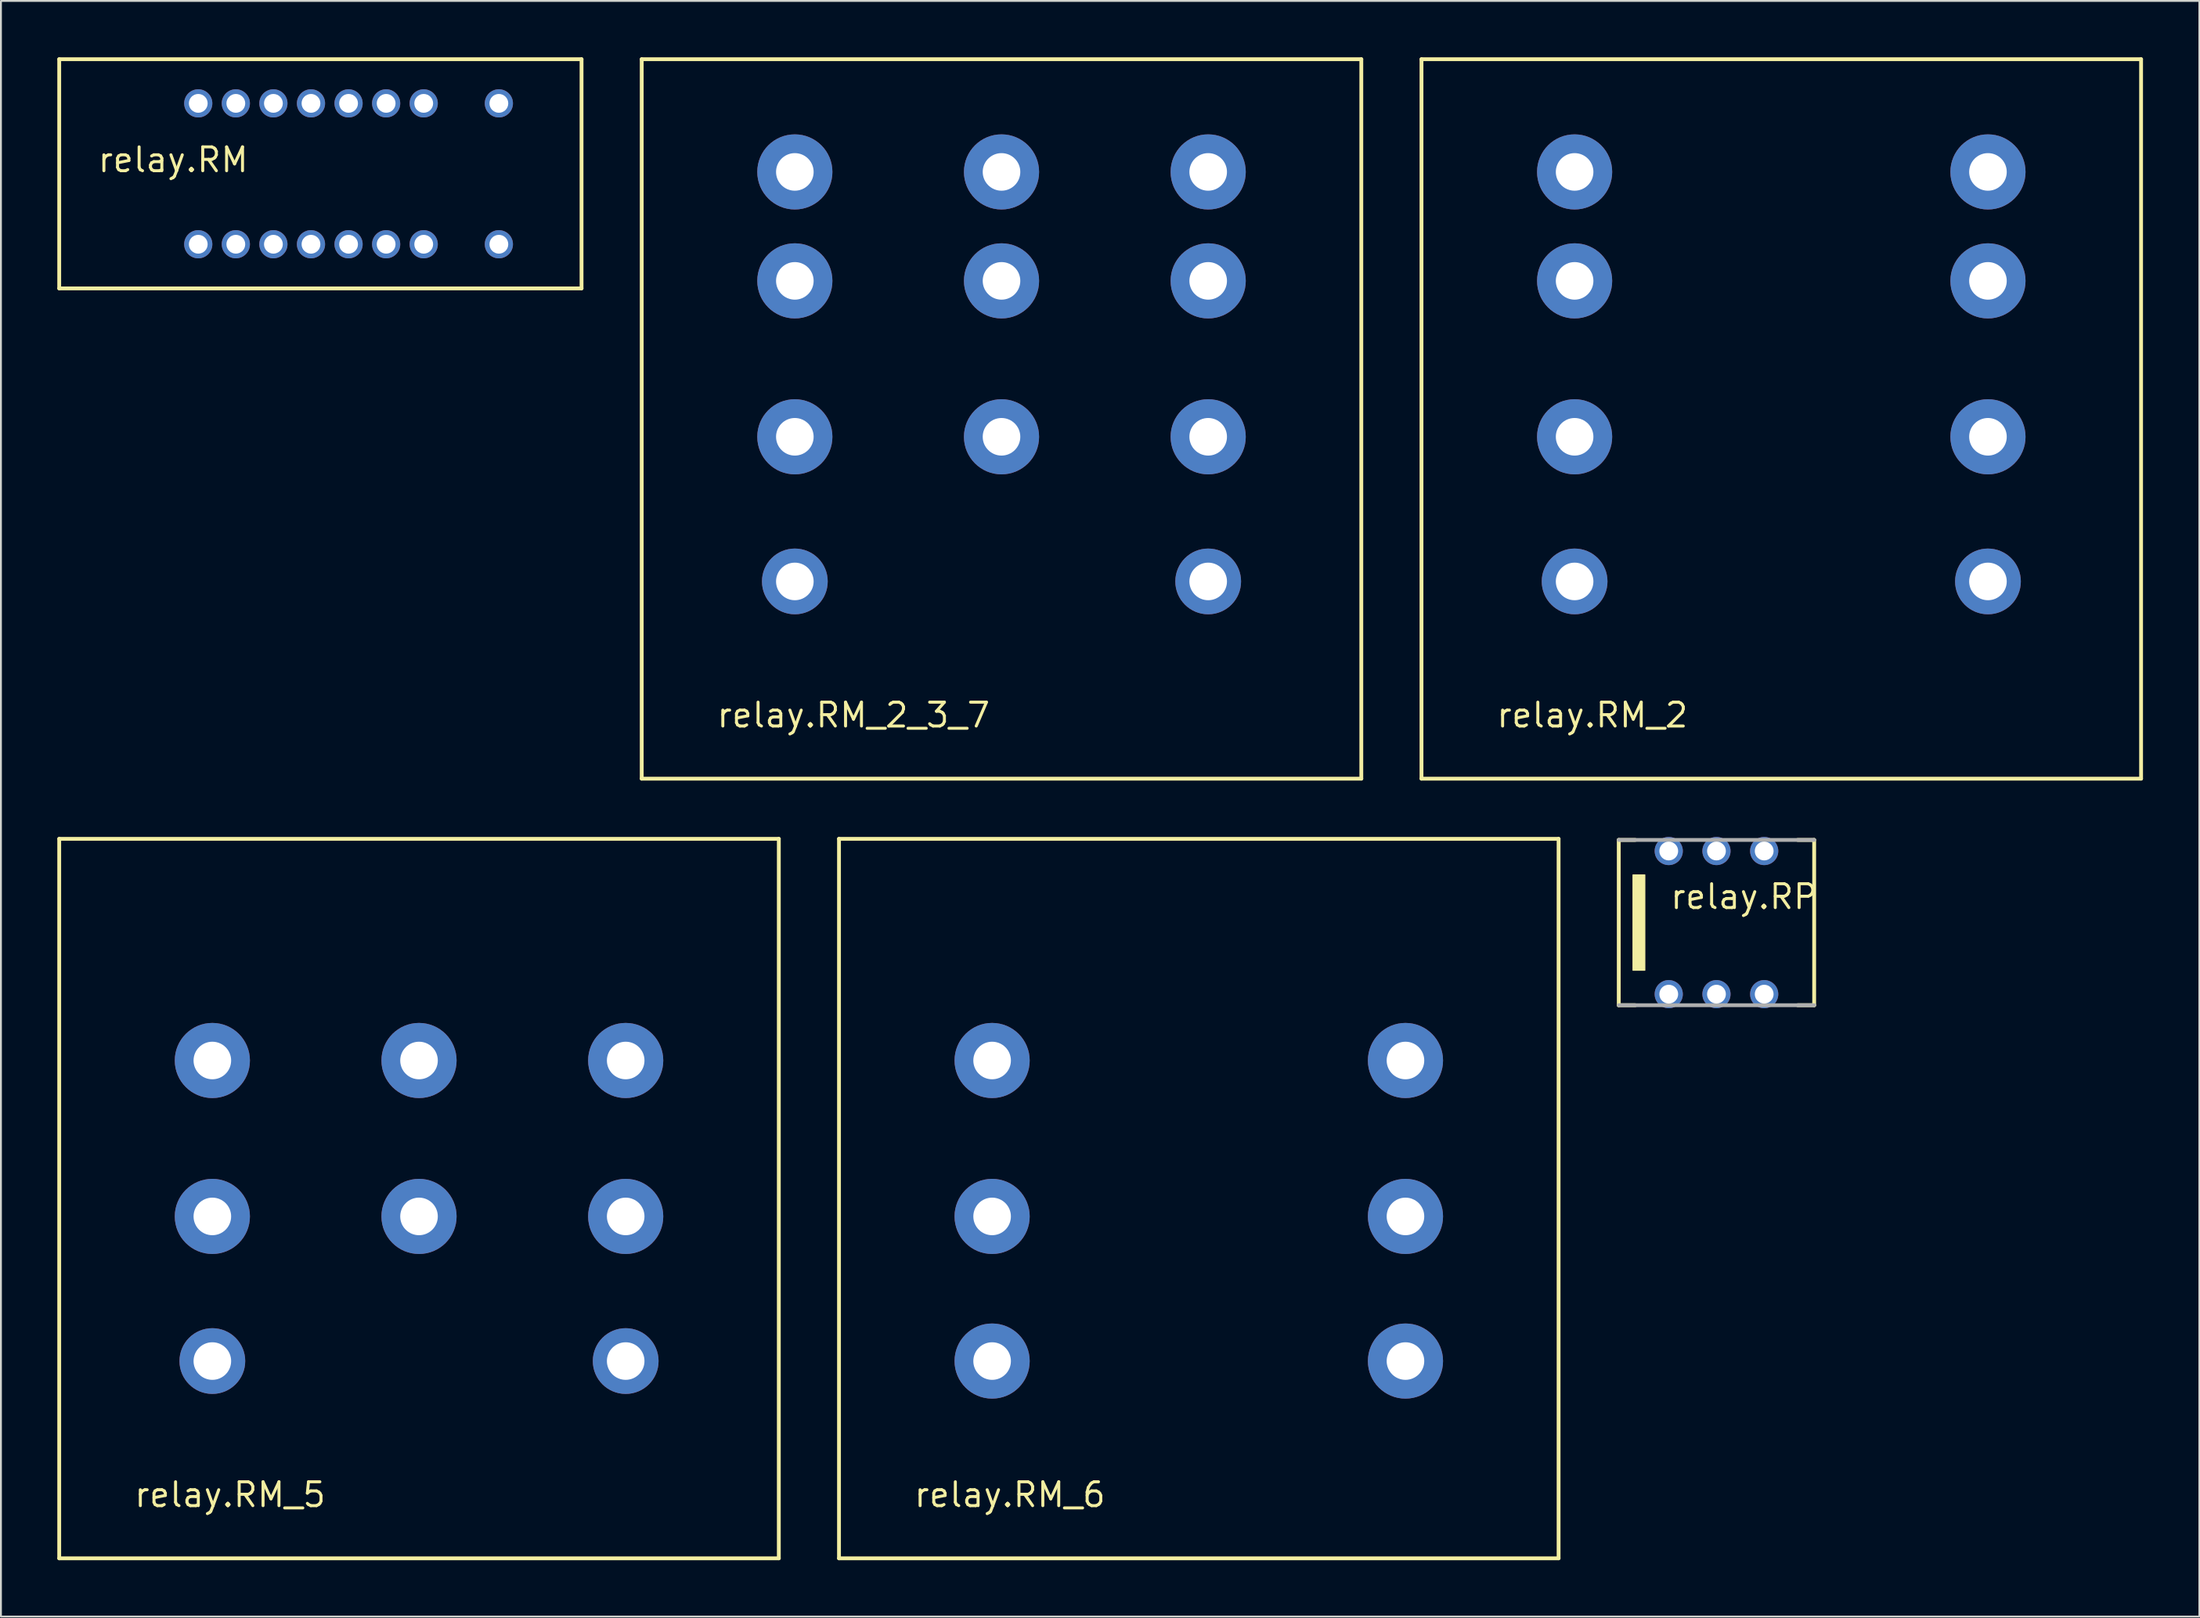
<source format=kicad_pcb>
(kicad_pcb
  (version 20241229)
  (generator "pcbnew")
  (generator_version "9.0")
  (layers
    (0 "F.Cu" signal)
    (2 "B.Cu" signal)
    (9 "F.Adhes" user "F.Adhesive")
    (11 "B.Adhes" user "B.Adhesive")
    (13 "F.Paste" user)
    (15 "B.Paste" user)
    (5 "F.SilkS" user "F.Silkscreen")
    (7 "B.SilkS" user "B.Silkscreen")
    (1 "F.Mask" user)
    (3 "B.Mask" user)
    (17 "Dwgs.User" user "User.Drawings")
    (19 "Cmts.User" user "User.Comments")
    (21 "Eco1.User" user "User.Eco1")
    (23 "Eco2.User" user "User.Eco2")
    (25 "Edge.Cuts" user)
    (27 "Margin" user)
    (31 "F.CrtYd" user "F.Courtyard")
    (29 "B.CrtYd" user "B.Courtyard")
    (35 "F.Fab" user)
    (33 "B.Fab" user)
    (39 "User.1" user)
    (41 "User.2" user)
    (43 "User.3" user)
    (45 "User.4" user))
  (footprint "relay.RM_2"
    (layer "F.Cu")
    (at 91.758 19.252)
    (property "Reference" "relay.RM_2" (at -15.24 16.51 0) (layer "F.SilkS") (effects (font (size 1.27 1.27) (thickness 0.16)) (justify left bottom)))
    (attr through_hole)
    (fp_line (start -19.15 -19.15) (end 19.15 -19.15) (stroke (width 0.203) (type default)) (layer "F.SilkS"))
    (fp_line (start -19.15 19.15) (end -19.15 -19.15) (stroke (width 0.203) (type default)) (layer "F.SilkS"))
    (fp_line (start 19.15 -19.15) (end 19.15 19.15) (stroke (width 0.203) (type default)) (layer "F.SilkS"))
    (fp_line (start 19.15 19.15) (end -19.15 19.15) (stroke (width 0.203) (type default)) (layer "F.SilkS"))
    (pad "11" thru_hole circle (at 11 0.95) (size 4 4) (drill 2) (layers "*.Cu" "*.Mask"))
    (pad "12" thru_hole circle (at 11 -13.15) (size 4 4) (drill 2) (layers "*.Cu" "*.Mask"))
    (pad "14" thru_hole circle (at 11 -7.35) (size 4 4) (drill 2) (layers "*.Cu" "*.Mask"))
    (pad "31" thru_hole circle (at -11 0.95) (size 4 4) (drill 2) (layers "*.Cu" "*.Mask"))
    (pad "32" thru_hole circle (at -11 -13.15) (size 4 4) (drill 2) (layers "*.Cu" "*.Mask"))
    (pad "34" thru_hole circle (at -11 -7.35) (size 4 4) (drill 2) (layers "*.Cu" "*.Mask"))
    (pad "A1" thru_hole circle (at 11 8.65) (size 3.5 3.5) (drill 2) (layers "*.Cu" "*.Mask"))
    (pad "A2" thru_hole circle (at -11 8.65) (size 3.5 3.5) (drill 2) (layers "*.Cu" "*.Mask")))
  (footprint "relay.RM_2_3_7"
    (layer "F.Cu")
    (at 50.255 19.252)
    (property "Reference" "relay.RM_2_3_7" (at -15.24 16.51 0) (layer "F.SilkS") (effects (font (size 1.27 1.27) (thickness 0.16)) (justify left bottom)))
    (attr through_hole)
    (fp_line (start -19.15 -19.15) (end 19.15 -19.15) (stroke (width 0.203) (type default)) (layer "F.SilkS"))
    (fp_line (start -19.15 19.15) (end -19.15 -19.15) (stroke (width 0.203) (type default)) (layer "F.SilkS"))
    (fp_line (start 19.15 -19.15) (end 19.15 19.15) (stroke (width 0.203) (type default)) (layer "F.SilkS"))
    (fp_line (start 19.15 19.15) (end -19.15 19.15) (stroke (width 0.203) (type default)) (layer "F.SilkS"))
    (pad "11" thru_hole circle (at 11 0.95) (size 4 4) (drill 2) (layers "*.Cu" "*.Mask"))
    (pad "12" thru_hole circle (at 11 -13.15) (size 4 4) (drill 2) (layers "*.Cu" "*.Mask"))
    (pad "14" thru_hole circle (at 11 -7.35) (size 4 4) (drill 2) (layers "*.Cu" "*.Mask"))
    (pad "21" thru_hole circle (at 0 0.95) (size 4 4) (drill 2) (layers "*.Cu" "*.Mask"))
    (pad "22" thru_hole circle (at 0 -13.15) (size 4 4) (drill 2) (layers "*.Cu" "*.Mask"))
    (pad "24" thru_hole circle (at 0 -7.35) (size 4 4) (drill 2) (layers "*.Cu" "*.Mask"))
    (pad "31" thru_hole circle (at -11 0.95) (size 4 4) (drill 2) (layers "*.Cu" "*.Mask"))
    (pad "32" thru_hole circle (at -11 -13.15) (size 4 4) (drill 2) (layers "*.Cu" "*.Mask"))
    (pad "34" thru_hole circle (at -11 -7.35) (size 4 4) (drill 2) (layers "*.Cu" "*.Mask"))
    (pad "A1" thru_hole circle (at 11 8.65) (size 3.5 3.5) (drill 2) (layers "*.Cu" "*.Mask"))
    (pad "A2" thru_hole circle (at -11 8.65) (size 3.5 3.5) (drill 2) (layers "*.Cu" "*.Mask")))
  (footprint "relay.RM_6"
    (layer "F.Cu")
    (at 60.755 60.755)
    (property "Reference" "relay.RM_6" (at -15.24 16.51 0) (layer "F.SilkS") (effects (font (size 1.27 1.27) (thickness 0.16)) (justify left bottom)))
    (attr through_hole)
    (fp_line (start -19.15 -19.15) (end 19.15 -19.15) (stroke (width 0.203) (type default)) (layer "F.SilkS"))
    (fp_line (start -19.15 19.15) (end -19.15 -19.15) (stroke (width 0.203) (type default)) (layer "F.SilkS"))
    (fp_line (start 19.15 -19.15) (end 19.15 19.15) (stroke (width 0.203) (type default)) (layer "F.SilkS"))
    (fp_line (start 19.15 19.15) (end -19.15 19.15) (stroke (width 0.203) (type default)) (layer "F.SilkS"))
    (pad "11" thru_hole circle (at 11 0.95) (size 4 4) (drill 2) (layers "*.Cu" "*.Mask"))
    (pad "14" thru_hole circle (at 11 -7.35) (size 4 4) (drill 2) (layers "*.Cu" "*.Mask"))
    (pad "31" thru_hole circle (at -11 0.95) (size 4 4) (drill 2) (layers "*.Cu" "*.Mask"))
    (pad "34" thru_hole circle (at -11 -7.35) (size 4 4) (drill 2) (layers "*.Cu" "*.Mask"))
    (pad "A1" thru_hole circle (at 11 8.65) (size 4 4) (drill 2) (layers "*.Cu" "*.Mask"))
    (pad "A2" thru_hole circle (at -11 8.65) (size 4 4) (drill 2) (layers "*.Cu" "*.Mask")))
  (footprint "relay.RP"
    (layer "F.Cu")
    (at 88.308 46.063)
    (property "Reference" "relay.RP" (at -2.54 -0.635 0) (layer "F.SilkS") (effects (font (size 1.27 1.27) (thickness 0.16)) (justify left bottom)))
    (attr through_hole)
    (fp_line (start -5.2 -4.4) (end -4.325 -4.4) (stroke (width 0.203) (type default)) (layer "F.SilkS"))
    (fp_line (start -5.2 4.4) (end -5.2 -4.4) (stroke (width 0.203) (type default)) (layer "F.SilkS"))
    (fp_line (start -4.325 4.4) (end -5.2 4.4) (stroke (width 0.203) (type default)) (layer "F.SilkS"))
    (fp_line (start 4.325 -4.4) (end 5.2 -4.4) (stroke (width 0.203) (type default)) (layer "F.SilkS"))
    (fp_line (start 5.2 -4.4) (end 5.2 4.4) (stroke (width 0.203) (type default)) (layer "F.SilkS"))
    (fp_line (start 5.2 4.4) (end 4.325 4.4) (stroke (width 0.203) (type default)) (layer "F.SilkS"))
    (fp_rect (start -4.445 2.54) (end -3.81 -2.54) (stroke (width 0.05) (type default)) (fill yes) (layer "F.SilkS"))
    (fp_line (start -5.2 -4.4) (end 5.2 -4.4) (stroke (width 0.203) (type default)) (layer "F.Fab"))
    (fp_line (start 5.2 4.4) (end -5.2 4.4) (stroke (width 0.203) (type default)) (layer "F.Fab"))
    (pad "1" thru_hole circle (at -2.54 3.81) (size 1.5 1.5) (drill 1) (layers "*.Cu" "*.Mask"))
    (pad "2" thru_hole circle (at 0 3.81) (size 1.5 1.5) (drill 1) (layers "*.Cu" "*.Mask"))
    (pad "3" thru_hole circle (at 2.54 3.81) (size 1.5 1.5) (drill 1) (layers "*.Cu" "*.Mask"))
    (pad "4" thru_hole circle (at 2.54 -3.81) (size 1.5 1.5) (drill 1) (layers "*.Cu" "*.Mask"))
    (pad "5" thru_hole circle (at 0 -3.81) (size 1.5 1.5) (drill 1) (layers "*.Cu" "*.Mask"))
    (pad "6" thru_hole circle (at -2.54 -3.81) (size 1.5 1.5) (drill 1) (layers "*.Cu" "*.Mask")))
  (footprint "relay.RM_5"
    (layer "F.Cu")
    (at 19.252 60.755)
    (property "Reference" "relay.RM_5" (at -15.24 16.51 0) (layer "F.SilkS") (effects (font (size 1.27 1.27) (thickness 0.16)) (justify left bottom)))
    (attr through_hole)
    (fp_line (start -19.15 -19.15) (end 19.15 -19.15) (stroke (width 0.203) (type default)) (layer "F.SilkS"))
    (fp_line (start -19.15 19.15) (end -19.15 -19.15) (stroke (width 0.203) (type default)) (layer "F.SilkS"))
    (fp_line (start 19.15 -19.15) (end 19.15 19.15) (stroke (width 0.203) (type default)) (layer "F.SilkS"))
    (fp_line (start 19.15 19.15) (end -19.15 19.15) (stroke (width 0.203) (type default)) (layer "F.SilkS"))
    (pad "11" thru_hole circle (at 11 0.95) (size 4 4) (drill 2) (layers "*.Cu" "*.Mask"))
    (pad "14" thru_hole circle (at 11 -7.35) (size 4 4) (drill 2) (layers "*.Cu" "*.Mask"))
    (pad "21" thru_hole circle (at 0 0.95) (size 4 4) (drill 2) (layers "*.Cu" "*.Mask"))
    (pad "24" thru_hole circle (at 0 -7.35) (size 4 4) (drill 2) (layers "*.Cu" "*.Mask"))
    (pad "31" thru_hole circle (at -11 0.95) (size 4 4) (drill 2) (layers "*.Cu" "*.Mask"))
    (pad "34" thru_hole circle (at -11 -7.35) (size 4 4) (drill 2) (layers "*.Cu" "*.Mask"))
    (pad "A1" thru_hole circle (at 11 8.65) (size 3.5 3.5) (drill 2) (layers "*.Cu" "*.Mask"))
    (pad "A2" thru_hole circle (at -11 8.65) (size 3.5 3.5) (drill 2) (layers "*.Cu" "*.Mask")))
  (footprint "relay.RM"
    (layer "F.Cu")
    (at 13.502 6.202)
    (property "Reference" "relay.RM" (at -11.43 0 0) (layer "F.SilkS") (effects (font (size 1.27 1.27) (thickness 0.16)) (justify left bottom)))
    (attr through_hole)
    (fp_line (start -13.4 -6.1) (end 14.4 -6.1) (stroke (width 0.203) (type default)) (layer "F.SilkS"))
    (fp_line (start -13.4 6.1) (end -13.4 -6.1) (stroke (width 0.203) (type default)) (layer "F.SilkS"))
    (fp_line (start 14.4 -6.1) (end 14.4 6.1) (stroke (width 0.203) (type default)) (layer "F.SilkS"))
    (fp_line (start 14.4 6.1) (end -13.4 6.1) (stroke (width 0.203) (type default)) (layer "F.SilkS"))
    (pad "2" thru_hole circle (at -6 3.75 180) (size 1.5 1.5) (drill 1) (layers "*.Cu" "*.Mask"))
    (pad "3" thru_hole circle (at -4 3.75 180) (size 1.5 1.5) (drill 1) (layers "*.Cu" "*.Mask"))
    (pad "4" thru_hole circle (at -2 3.75 180) (size 1.5 1.5) (drill 1) (layers "*.Cu" "*.Mask"))
    (pad "5" thru_hole circle (at 0 3.75 180) (size 1.5 1.5) (drill 1) (layers "*.Cu" "*.Mask"))
    (pad "6" thru_hole circle (at 2 3.75 180) (size 1.5 1.5) (drill 1) (layers "*.Cu" "*.Mask"))
    (pad "7" thru_hole circle (at 4 3.75 180) (size 1.5 1.5) (drill 1) (layers "*.Cu" "*.Mask"))
    (pad "8" thru_hole circle (at 6 3.75 180) (size 1.5 1.5) (drill 1) (layers "*.Cu" "*.Mask"))
    (pad "9" thru_hole circle (at 10 3.75 180) (size 1.5 1.5) (drill 1) (layers "*.Cu" "*.Mask"))
    (pad "10" thru_hole circle (at 10 -3.75 180) (size 1.5 1.5) (drill 1) (layers "*.Cu" "*.Mask"))
    (pad "11" thru_hole circle (at 6 -3.75 180) (size 1.5 1.5) (drill 1) (layers "*.Cu" "*.Mask"))
    (pad "12" thru_hole circle (at 4 -3.75 180) (size 1.5 1.5) (drill 1) (layers "*.Cu" "*.Mask"))
    (pad "13" thru_hole circle (at 2 -3.75 180) (size 1.5 1.5) (drill 1) (layers "*.Cu" "*.Mask"))
    (pad "14" thru_hole circle (at 0 -3.75 180) (size 1.5 1.5) (drill 1) (layers "*.Cu" "*.Mask"))
    (pad "15" thru_hole circle (at -2 -3.75 180) (size 1.5 1.5) (drill 1) (layers "*.Cu" "*.Mask"))
    (pad "16" thru_hole circle (at -4 -3.75 180) (size 1.5 1.5) (drill 1) (layers "*.Cu" "*.Mask"))
    (pad "17" thru_hole circle (at -6 -3.75 180) (size 1.5 1.5) (drill 1) (layers "*.Cu" "*.Mask")))
  (gr_rect
    (start -3 -3)
    (end 114.01 83.006)
    (stroke (width 0.1) (type default))
    (fill no)
    (layer "Edge.Cuts")))
</source>
